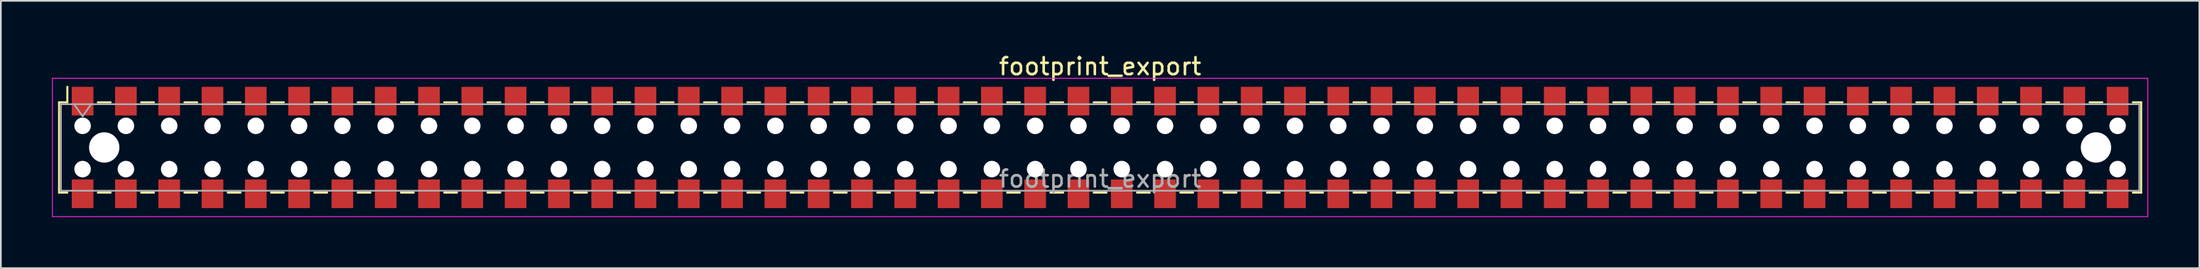
<source format=kicad_pcb>
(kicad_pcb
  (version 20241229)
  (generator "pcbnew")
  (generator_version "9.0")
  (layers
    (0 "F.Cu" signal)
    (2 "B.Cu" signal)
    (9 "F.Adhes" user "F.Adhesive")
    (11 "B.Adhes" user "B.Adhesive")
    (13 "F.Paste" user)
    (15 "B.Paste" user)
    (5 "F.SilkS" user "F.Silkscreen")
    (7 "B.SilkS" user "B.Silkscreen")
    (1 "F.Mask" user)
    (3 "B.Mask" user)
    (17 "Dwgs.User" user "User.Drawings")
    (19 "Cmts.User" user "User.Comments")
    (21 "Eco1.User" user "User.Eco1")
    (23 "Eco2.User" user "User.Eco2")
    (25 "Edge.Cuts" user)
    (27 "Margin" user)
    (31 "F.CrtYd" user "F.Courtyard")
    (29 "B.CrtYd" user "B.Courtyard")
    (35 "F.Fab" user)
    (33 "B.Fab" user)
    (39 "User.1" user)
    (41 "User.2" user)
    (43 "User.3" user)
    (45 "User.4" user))
  (footprint "footprint_export"
    (layer "F.Cu")
    (at 61.485 5.608)
    (property "Reference" "footprint_export" (at 0 -4.76 0) (layer "F.SilkS") (effects (font (size 1 1) (thickness 0.15))))
    (attr smd)
    (fp_line (start -61.07 -2.65) (end -61.07 2.65) (stroke (width 0.12) (type solid)) (layer "F.SilkS"))
    (fp_line (start -61.07 2.65) (end -60.585 2.65) (stroke (width 0.12) (type solid)) (layer "F.SilkS"))
    (fp_line (start -60.585 -3.56) (end -60.585 -2.65) (stroke (width 0.12) (type solid)) (layer "F.SilkS"))
    (fp_line (start -60.585 -2.65) (end -61.07 -2.65) (stroke (width 0.12) (type solid)) (layer "F.SilkS"))
    (fp_line (start -58.795 -2.65) (end -58.045 -2.65) (stroke (width 0.12) (type solid)) (layer "F.SilkS"))
    (fp_line (start -58.795 2.65) (end -58.045 2.65) (stroke (width 0.12) (type solid)) (layer "F.SilkS"))
    (fp_line (start -56.255 -2.65) (end -55.505 -2.65) (stroke (width 0.12) (type solid)) (layer "F.SilkS"))
    (fp_line (start -56.255 2.65) (end -55.505 2.65) (stroke (width 0.12) (type solid)) (layer "F.SilkS"))
    (fp_line (start -53.715 -2.65) (end -52.965 -2.65) (stroke (width 0.12) (type solid)) (layer "F.SilkS"))
    (fp_line (start -53.715 2.65) (end -52.965 2.65) (stroke (width 0.12) (type solid)) (layer "F.SilkS"))
    (fp_line (start -51.175 -2.65) (end -50.425 -2.65) (stroke (width 0.12) (type solid)) (layer "F.SilkS"))
    (fp_line (start -51.175 2.65) (end -50.425 2.65) (stroke (width 0.12) (type solid)) (layer "F.SilkS"))
    (fp_line (start -48.635 -2.65) (end -47.885 -2.65) (stroke (width 0.12) (type solid)) (layer "F.SilkS"))
    (fp_line (start -48.635 2.65) (end -47.885 2.65) (stroke (width 0.12) (type solid)) (layer "F.SilkS"))
    (fp_line (start -46.095 -2.65) (end -45.345 -2.65) (stroke (width 0.12) (type solid)) (layer "F.SilkS"))
    (fp_line (start -46.095 2.65) (end -45.345 2.65) (stroke (width 0.12) (type solid)) (layer "F.SilkS"))
    (fp_line (start -43.555 -2.65) (end -42.805 -2.65) (stroke (width 0.12) (type solid)) (layer "F.SilkS"))
    (fp_line (start -43.555 2.65) (end -42.805 2.65) (stroke (width 0.12) (type solid)) (layer "F.SilkS"))
    (fp_line (start -41.015 -2.65) (end -40.265 -2.65) (stroke (width 0.12) (type solid)) (layer "F.SilkS"))
    (fp_line (start -41.015 2.65) (end -40.265 2.65) (stroke (width 0.12) (type solid)) (layer "F.SilkS"))
    (fp_line (start -38.475 -2.65) (end -37.725 -2.65) (stroke (width 0.12) (type solid)) (layer "F.SilkS"))
    (fp_line (start -38.475 2.65) (end -37.725 2.65) (stroke (width 0.12) (type solid)) (layer "F.SilkS"))
    (fp_line (start -35.935 -2.65) (end -35.185 -2.65) (stroke (width 0.12) (type solid)) (layer "F.SilkS"))
    (fp_line (start -35.935 2.65) (end -35.185 2.65) (stroke (width 0.12) (type solid)) (layer "F.SilkS"))
    (fp_line (start -33.395 -2.65) (end -32.645 -2.65) (stroke (width 0.12) (type solid)) (layer "F.SilkS"))
    (fp_line (start -33.395 2.65) (end -32.645 2.65) (stroke (width 0.12) (type solid)) (layer "F.SilkS"))
    (fp_line (start -30.855 -2.65) (end -30.105 -2.65) (stroke (width 0.12) (type solid)) (layer "F.SilkS"))
    (fp_line (start -30.855 2.65) (end -30.105 2.65) (stroke (width 0.12) (type solid)) (layer "F.SilkS"))
    (fp_line (start -28.315 -2.65) (end -27.565 -2.65) (stroke (width 0.12) (type solid)) (layer "F.SilkS"))
    (fp_line (start -28.315 2.65) (end -27.565 2.65) (stroke (width 0.12) (type solid)) (layer "F.SilkS"))
    (fp_line (start -25.775 -2.65) (end -25.025 -2.65) (stroke (width 0.12) (type solid)) (layer "F.SilkS"))
    (fp_line (start -25.775 2.65) (end -25.025 2.65) (stroke (width 0.12) (type solid)) (layer "F.SilkS"))
    (fp_line (start -23.235 -2.65) (end -22.485 -2.65) (stroke (width 0.12) (type solid)) (layer "F.SilkS"))
    (fp_line (start -23.235 2.65) (end -22.485 2.65) (stroke (width 0.12) (type solid)) (layer "F.SilkS"))
    (fp_line (start -20.695 -2.65) (end -19.945 -2.65) (stroke (width 0.12) (type solid)) (layer "F.SilkS"))
    (fp_line (start -20.695 2.65) (end -19.945 2.65) (stroke (width 0.12) (type solid)) (layer "F.SilkS"))
    (fp_line (start -18.155 -2.65) (end -17.405 -2.65) (stroke (width 0.12) (type solid)) (layer "F.SilkS"))
    (fp_line (start -18.155 2.65) (end -17.405 2.65) (stroke (width 0.12) (type solid)) (layer "F.SilkS"))
    (fp_line (start -15.615 -2.65) (end -14.865 -2.65) (stroke (width 0.12) (type solid)) (layer "F.SilkS"))
    (fp_line (start -15.615 2.65) (end -14.865 2.65) (stroke (width 0.12) (type solid)) (layer "F.SilkS"))
    (fp_line (start -13.075 -2.65) (end -12.325 -2.65) (stroke (width 0.12) (type solid)) (layer "F.SilkS"))
    (fp_line (start -13.075 2.65) (end -12.325 2.65) (stroke (width 0.12) (type solid)) (layer "F.SilkS"))
    (fp_line (start -10.535 -2.65) (end -9.785 -2.65) (stroke (width 0.12) (type solid)) (layer "F.SilkS"))
    (fp_line (start -10.535 2.65) (end -9.785 2.65) (stroke (width 0.12) (type solid)) (layer "F.SilkS"))
    (fp_line (start -7.995 -2.65) (end -7.245 -2.65) (stroke (width 0.12) (type solid)) (layer "F.SilkS"))
    (fp_line (start -7.995 2.65) (end -7.245 2.65) (stroke (width 0.12) (type solid)) (layer "F.SilkS"))
    (fp_line (start -5.455 -2.65) (end -4.705 -2.65) (stroke (width 0.12) (type solid)) (layer "F.SilkS"))
    (fp_line (start -5.455 2.65) (end -4.705 2.65) (stroke (width 0.12) (type solid)) (layer "F.SilkS"))
    (fp_line (start -2.915 -2.65) (end -2.165 -2.65) (stroke (width 0.12) (type solid)) (layer "F.SilkS"))
    (fp_line (start -2.915 2.65) (end -2.165 2.65) (stroke (width 0.12) (type solid)) (layer "F.SilkS"))
    (fp_line (start -0.375 -2.65) (end 0.375 -2.65) (stroke (width 0.12) (type solid)) (layer "F.SilkS"))
    (fp_line (start -0.375 2.65) (end 0.375 2.65) (stroke (width 0.12) (type solid)) (layer "F.SilkS"))
    (fp_line (start 2.165 -2.65) (end 2.915 -2.65) (stroke (width 0.12) (type solid)) (layer "F.SilkS"))
    (fp_line (start 2.165 2.65) (end 2.915 2.65) (stroke (width 0.12) (type solid)) (layer "F.SilkS"))
    (fp_line (start 4.705 -2.65) (end 5.455 -2.65) (stroke (width 0.12) (type solid)) (layer "F.SilkS"))
    (fp_line (start 4.705 2.65) (end 5.455 2.65) (stroke (width 0.12) (type solid)) (layer "F.SilkS"))
    (fp_line (start 7.245 -2.65) (end 7.995 -2.65) (stroke (width 0.12) (type solid)) (layer "F.SilkS"))
    (fp_line (start 7.245 2.65) (end 7.995 2.65) (stroke (width 0.12) (type solid)) (layer "F.SilkS"))
    (fp_line (start 9.785 -2.65) (end 10.535 -2.65) (stroke (width 0.12) (type solid)) (layer "F.SilkS"))
    (fp_line (start 9.785 2.65) (end 10.535 2.65) (stroke (width 0.12) (type solid)) (layer "F.SilkS"))
    (fp_line (start 12.325 -2.65) (end 13.075 -2.65) (stroke (width 0.12) (type solid)) (layer "F.SilkS"))
    (fp_line (start 12.325 2.65) (end 13.075 2.65) (stroke (width 0.12) (type solid)) (layer "F.SilkS"))
    (fp_line (start 14.865 -2.65) (end 15.615 -2.65) (stroke (width 0.12) (type solid)) (layer "F.SilkS"))
    (fp_line (start 14.865 2.65) (end 15.615 2.65) (stroke (width 0.12) (type solid)) (layer "F.SilkS"))
    (fp_line (start 17.405 -2.65) (end 18.155 -2.65) (stroke (width 0.12) (type solid)) (layer "F.SilkS"))
    (fp_line (start 17.405 2.65) (end 18.155 2.65) (stroke (width 0.12) (type solid)) (layer "F.SilkS"))
    (fp_line (start 19.945 -2.65) (end 20.695 -2.65) (stroke (width 0.12) (type solid)) (layer "F.SilkS"))
    (fp_line (start 19.945 2.65) (end 20.695 2.65) (stroke (width 0.12) (type solid)) (layer "F.SilkS"))
    (fp_line (start 22.485 -2.65) (end 23.235 -2.65) (stroke (width 0.12) (type solid)) (layer "F.SilkS"))
    (fp_line (start 22.485 2.65) (end 23.235 2.65) (stroke (width 0.12) (type solid)) (layer "F.SilkS"))
    (fp_line (start 25.025 -2.65) (end 25.775 -2.65) (stroke (width 0.12) (type solid)) (layer "F.SilkS"))
    (fp_line (start 25.025 2.65) (end 25.775 2.65) (stroke (width 0.12) (type solid)) (layer "F.SilkS"))
    (fp_line (start 27.565 -2.65) (end 28.315 -2.65) (stroke (width 0.12) (type solid)) (layer "F.SilkS"))
    (fp_line (start 27.565 2.65) (end 28.315 2.65) (stroke (width 0.12) (type solid)) (layer "F.SilkS"))
    (fp_line (start 30.105 -2.65) (end 30.855 -2.65) (stroke (width 0.12) (type solid)) (layer "F.SilkS"))
    (fp_line (start 30.105 2.65) (end 30.855 2.65) (stroke (width 0.12) (type solid)) (layer "F.SilkS"))
    (fp_line (start 32.645 -2.65) (end 33.395 -2.65) (stroke (width 0.12) (type solid)) (layer "F.SilkS"))
    (fp_line (start 32.645 2.65) (end 33.395 2.65) (stroke (width 0.12) (type solid)) (layer "F.SilkS"))
    (fp_line (start 35.185 -2.65) (end 35.935 -2.65) (stroke (width 0.12) (type solid)) (layer "F.SilkS"))
    (fp_line (start 35.185 2.65) (end 35.935 2.65) (stroke (width 0.12) (type solid)) (layer "F.SilkS"))
    (fp_line (start 37.725 -2.65) (end 38.475 -2.65) (stroke (width 0.12) (type solid)) (layer "F.SilkS"))
    (fp_line (start 37.725 2.65) (end 38.475 2.65) (stroke (width 0.12) (type solid)) (layer "F.SilkS"))
    (fp_line (start 40.265 -2.65) (end 41.015 -2.65) (stroke (width 0.12) (type solid)) (layer "F.SilkS"))
    (fp_line (start 40.265 2.65) (end 41.015 2.65) (stroke (width 0.12) (type solid)) (layer "F.SilkS"))
    (fp_line (start 42.805 -2.65) (end 43.555 -2.65) (stroke (width 0.12) (type solid)) (layer "F.SilkS"))
    (fp_line (start 42.805 2.65) (end 43.555 2.65) (stroke (width 0.12) (type solid)) (layer "F.SilkS"))
    (fp_line (start 45.345 -2.65) (end 46.095 -2.65) (stroke (width 0.12) (type solid)) (layer "F.SilkS"))
    (fp_line (start 45.345 2.65) (end 46.095 2.65) (stroke (width 0.12) (type solid)) (layer "F.SilkS"))
    (fp_line (start 47.885 -2.65) (end 48.635 -2.65) (stroke (width 0.12) (type solid)) (layer "F.SilkS"))
    (fp_line (start 47.885 2.65) (end 48.635 2.65) (stroke (width 0.12) (type solid)) (layer "F.SilkS"))
    (fp_line (start 50.425 -2.65) (end 51.175 -2.65) (stroke (width 0.12) (type solid)) (layer "F.SilkS"))
    (fp_line (start 50.425 2.65) (end 51.175 2.65) (stroke (width 0.12) (type solid)) (layer "F.SilkS"))
    (fp_line (start 52.965 -2.65) (end 53.715 -2.65) (stroke (width 0.12) (type solid)) (layer "F.SilkS"))
    (fp_line (start 52.965 2.65) (end 53.715 2.65) (stroke (width 0.12) (type solid)) (layer "F.SilkS"))
    (fp_line (start 55.505 -2.65) (end 56.255 -2.65) (stroke (width 0.12) (type solid)) (layer "F.SilkS"))
    (fp_line (start 55.505 2.65) (end 56.255 2.65) (stroke (width 0.12) (type solid)) (layer "F.SilkS"))
    (fp_line (start 58.045 -2.65) (end 58.795 -2.65) (stroke (width 0.12) (type solid)) (layer "F.SilkS"))
    (fp_line (start 58.045 2.65) (end 58.795 2.65) (stroke (width 0.12) (type solid)) (layer "F.SilkS"))
    (fp_line (start 60.585 -2.65) (end 61.07 -2.65) (stroke (width 0.12) (type solid)) (layer "F.SilkS"))
    (fp_line (start 61.07 -2.65) (end 61.07 2.65) (stroke (width 0.12) (type solid)) (layer "F.SilkS"))
    (fp_line (start 61.07 2.65) (end 60.585 2.65) (stroke (width 0.12) (type solid)) (layer "F.SilkS"))
    (fp_line (start -61.46 -4.06) (end 61.46 -4.06) (stroke (width 0.05) (type solid)) (layer "F.CrtYd"))
    (fp_line (start -61.46 4.06) (end -61.46 -4.06) (stroke (width 0.05) (type solid)) (layer "F.CrtYd"))
    (fp_line (start 61.46 -4.06) (end 61.46 4.06) (stroke (width 0.05) (type solid)) (layer "F.CrtYd"))
    (fp_line (start 61.46 4.06) (end -61.46 4.06) (stroke (width 0.05) (type solid)) (layer "F.CrtYd"))
    (fp_line (start -60.96 -2.54) (end 60.96 -2.54) (stroke (width 0.1) (type solid)) (layer "F.Fab"))
    (fp_line (start -60.96 2.54) (end -60.96 -2.54) (stroke (width 0.1) (type solid)) (layer "F.Fab"))
    (fp_line (start -60.19 -2.54) (end -59.69 -1.833) (stroke (width 0.1) (type solid)) (layer "F.Fab"))
    (fp_line (start -59.69 -1.833) (end -59.19 -2.54) (stroke (width 0.1) (type solid)) (layer "F.Fab"))
    (fp_line (start 60.96 -2.54) (end 60.96 2.54) (stroke (width 0.1) (type solid)) (layer "F.Fab"))
    (fp_line (start 60.96 2.54) (end -60.96 2.54) (stroke (width 0.1) (type solid)) (layer "F.Fab"))
    (fp_text user "${REFERENCE}" (at 0 1.84 0) (layer "F.Fab") (effects (font (size 1 1) (thickness 0.15))))
    (pad "" np_thru_hole circle (at -59.69 -1.27) (size 0.97 0.97) (drill 0.97) (layers "*.Cu" "*.Mask"))
    (pad "" np_thru_hole circle (at -59.69 1.27) (size 0.97 0.97) (drill 0.97) (layers "*.Cu" "*.Mask"))
    (pad "" np_thru_hole circle (at -58.42 0) (size 1.78 1.78) (drill 1.78) (layers "*.Cu" "*.Mask"))
    (pad "" np_thru_hole circle (at -57.15 -1.27) (size 0.97 0.97) (drill 0.97) (layers "*.Cu" "*.Mask"))
    (pad "" np_thru_hole circle (at -57.15 1.27) (size 0.97 0.97) (drill 0.97) (layers "*.Cu" "*.Mask"))
    (pad "" np_thru_hole circle (at -54.61 -1.27) (size 0.97 0.97) (drill 0.97) (layers "*.Cu" "*.Mask"))
    (pad "" np_thru_hole circle (at -54.61 1.27) (size 0.97 0.97) (drill 0.97) (layers "*.Cu" "*.Mask"))
    (pad "" np_thru_hole circle (at -52.07 -1.27) (size 0.97 0.97) (drill 0.97) (layers "*.Cu" "*.Mask"))
    (pad "" np_thru_hole circle (at -52.07 1.27) (size 0.97 0.97) (drill 0.97) (layers "*.Cu" "*.Mask"))
    (pad "" np_thru_hole circle (at -49.53 -1.27) (size 0.97 0.97) (drill 0.97) (layers "*.Cu" "*.Mask"))
    (pad "" np_thru_hole circle (at -49.53 1.27) (size 0.97 0.97) (drill 0.97) (layers "*.Cu" "*.Mask"))
    (pad "" np_thru_hole circle (at -46.99 -1.27) (size 0.97 0.97) (drill 0.97) (layers "*.Cu" "*.Mask"))
    (pad "" np_thru_hole circle (at -46.99 1.27) (size 0.97 0.97) (drill 0.97) (layers "*.Cu" "*.Mask"))
    (pad "" np_thru_hole circle (at -44.45 -1.27) (size 0.97 0.97) (drill 0.97) (layers "*.Cu" "*.Mask"))
    (pad "" np_thru_hole circle (at -44.45 1.27) (size 0.97 0.97) (drill 0.97) (layers "*.Cu" "*.Mask"))
    (pad "" np_thru_hole circle (at -41.91 -1.27) (size 0.97 0.97) (drill 0.97) (layers "*.Cu" "*.Mask"))
    (pad "" np_thru_hole circle (at -41.91 1.27) (size 0.97 0.97) (drill 0.97) (layers "*.Cu" "*.Mask"))
    (pad "" np_thru_hole circle (at -39.37 -1.27) (size 0.97 0.97) (drill 0.97) (layers "*.Cu" "*.Mask"))
    (pad "" np_thru_hole circle (at -39.37 1.27) (size 0.97 0.97) (drill 0.97) (layers "*.Cu" "*.Mask"))
    (pad "" np_thru_hole circle (at -36.83 -1.27) (size 0.97 0.97) (drill 0.97) (layers "*.Cu" "*.Mask"))
    (pad "" np_thru_hole circle (at -36.83 1.27) (size 0.97 0.97) (drill 0.97) (layers "*.Cu" "*.Mask"))
    (pad "" np_thru_hole circle (at -34.29 -1.27) (size 0.97 0.97) (drill 0.97) (layers "*.Cu" "*.Mask"))
    (pad "" np_thru_hole circle (at -34.29 1.27) (size 0.97 0.97) (drill 0.97) (layers "*.Cu" "*.Mask"))
    (pad "" np_thru_hole circle (at -31.75 -1.27) (size 0.97 0.97) (drill 0.97) (layers "*.Cu" "*.Mask"))
    (pad "" np_thru_hole circle (at -31.75 1.27) (size 0.97 0.97) (drill 0.97) (layers "*.Cu" "*.Mask"))
    (pad "" np_thru_hole circle (at -29.21 -1.27) (size 0.97 0.97) (drill 0.97) (layers "*.Cu" "*.Mask"))
    (pad "" np_thru_hole circle (at -29.21 1.27) (size 0.97 0.97) (drill 0.97) (layers "*.Cu" "*.Mask"))
    (pad "" np_thru_hole circle (at -26.67 -1.27) (size 0.97 0.97) (drill 0.97) (layers "*.Cu" "*.Mask"))
    (pad "" np_thru_hole circle (at -26.67 1.27) (size 0.97 0.97) (drill 0.97) (layers "*.Cu" "*.Mask"))
    (pad "" np_thru_hole circle (at -24.13 -1.27) (size 0.97 0.97) (drill 0.97) (layers "*.Cu" "*.Mask"))
    (pad "" np_thru_hole circle (at -24.13 1.27) (size 0.97 0.97) (drill 0.97) (layers "*.Cu" "*.Mask"))
    (pad "" np_thru_hole circle (at -21.59 -1.27) (size 0.97 0.97) (drill 0.97) (layers "*.Cu" "*.Mask"))
    (pad "" np_thru_hole circle (at -21.59 1.27) (size 0.97 0.97) (drill 0.97) (layers "*.Cu" "*.Mask"))
    (pad "" np_thru_hole circle (at -19.05 -1.27) (size 0.97 0.97) (drill 0.97) (layers "*.Cu" "*.Mask"))
    (pad "" np_thru_hole circle (at -19.05 1.27) (size 0.97 0.97) (drill 0.97) (layers "*.Cu" "*.Mask"))
    (pad "" np_thru_hole circle (at -16.51 -1.27) (size 0.97 0.97) (drill 0.97) (layers "*.Cu" "*.Mask"))
    (pad "" np_thru_hole circle (at -16.51 1.27) (size 0.97 0.97) (drill 0.97) (layers "*.Cu" "*.Mask"))
    (pad "" np_thru_hole circle (at -13.97 -1.27) (size 0.97 0.97) (drill 0.97) (layers "*.Cu" "*.Mask"))
    (pad "" np_thru_hole circle (at -13.97 1.27) (size 0.97 0.97) (drill 0.97) (layers "*.Cu" "*.Mask"))
    (pad "" np_thru_hole circle (at -11.43 -1.27) (size 0.97 0.97) (drill 0.97) (layers "*.Cu" "*.Mask"))
    (pad "" np_thru_hole circle (at -11.43 1.27) (size 0.97 0.97) (drill 0.97) (layers "*.Cu" "*.Mask"))
    (pad "" np_thru_hole circle (at -8.89 -1.27) (size 0.97 0.97) (drill 0.97) (layers "*.Cu" "*.Mask"))
    (pad "" np_thru_hole circle (at -8.89 1.27) (size 0.97 0.97) (drill 0.97) (layers "*.Cu" "*.Mask"))
    (pad "" np_thru_hole circle (at -6.35 -1.27) (size 0.97 0.97) (drill 0.97) (layers "*.Cu" "*.Mask"))
    (pad "" np_thru_hole circle (at -6.35 1.27) (size 0.97 0.97) (drill 0.97) (layers "*.Cu" "*.Mask"))
    (pad "" np_thru_hole circle (at -3.81 -1.27) (size 0.97 0.97) (drill 0.97) (layers "*.Cu" "*.Mask"))
    (pad "" np_thru_hole circle (at -3.81 1.27) (size 0.97 0.97) (drill 0.97) (layers "*.Cu" "*.Mask"))
    (pad "" np_thru_hole circle (at -1.27 -1.27) (size 0.97 0.97) (drill 0.97) (layers "*.Cu" "*.Mask"))
    (pad "" np_thru_hole circle (at -1.27 1.27) (size 0.97 0.97) (drill 0.97) (layers "*.Cu" "*.Mask"))
    (pad "" np_thru_hole circle (at 1.27 -1.27) (size 0.97 0.97) (drill 0.97) (layers "*.Cu" "*.Mask"))
    (pad "" np_thru_hole circle (at 1.27 1.27) (size 0.97 0.97) (drill 0.97) (layers "*.Cu" "*.Mask"))
    (pad "" np_thru_hole circle (at 3.81 -1.27) (size 0.97 0.97) (drill 0.97) (layers "*.Cu" "*.Mask"))
    (pad "" np_thru_hole circle (at 3.81 1.27) (size 0.97 0.97) (drill 0.97) (layers "*.Cu" "*.Mask"))
    (pad "" np_thru_hole circle (at 6.35 -1.27) (size 0.97 0.97) (drill 0.97) (layers "*.Cu" "*.Mask"))
    (pad "" np_thru_hole circle (at 6.35 1.27) (size 0.97 0.97) (drill 0.97) (layers "*.Cu" "*.Mask"))
    (pad "" np_thru_hole circle (at 8.89 -1.27) (size 0.97 0.97) (drill 0.97) (layers "*.Cu" "*.Mask"))
    (pad "" np_thru_hole circle (at 8.89 1.27) (size 0.97 0.97) (drill 0.97) (layers "*.Cu" "*.Mask"))
    (pad "" np_thru_hole circle (at 11.43 -1.27) (size 0.97 0.97) (drill 0.97) (layers "*.Cu" "*.Mask"))
    (pad "" np_thru_hole circle (at 11.43 1.27) (size 0.97 0.97) (drill 0.97) (layers "*.Cu" "*.Mask"))
    (pad "" np_thru_hole circle (at 13.97 -1.27) (size 0.97 0.97) (drill 0.97) (layers "*.Cu" "*.Mask"))
    (pad "" np_thru_hole circle (at 13.97 1.27) (size 0.97 0.97) (drill 0.97) (layers "*.Cu" "*.Mask"))
    (pad "" np_thru_hole circle (at 16.51 -1.27) (size 0.97 0.97) (drill 0.97) (layers "*.Cu" "*.Mask"))
    (pad "" np_thru_hole circle (at 16.51 1.27) (size 0.97 0.97) (drill 0.97) (layers "*.Cu" "*.Mask"))
    (pad "" np_thru_hole circle (at 19.05 -1.27) (size 0.97 0.97) (drill 0.97) (layers "*.Cu" "*.Mask"))
    (pad "" np_thru_hole circle (at 19.05 1.27) (size 0.97 0.97) (drill 0.97) (layers "*.Cu" "*.Mask"))
    (pad "" np_thru_hole circle (at 21.59 -1.27) (size 0.97 0.97) (drill 0.97) (layers "*.Cu" "*.Mask"))
    (pad "" np_thru_hole circle (at 21.59 1.27) (size 0.97 0.97) (drill 0.97) (layers "*.Cu" "*.Mask"))
    (pad "" np_thru_hole circle (at 24.13 -1.27) (size 0.97 0.97) (drill 0.97) (layers "*.Cu" "*.Mask"))
    (pad "" np_thru_hole circle (at 24.13 1.27) (size 0.97 0.97) (drill 0.97) (layers "*.Cu" "*.Mask"))
    (pad "" np_thru_hole circle (at 26.67 -1.27) (size 0.97 0.97) (drill 0.97) (layers "*.Cu" "*.Mask"))
    (pad "" np_thru_hole circle (at 26.67 1.27) (size 0.97 0.97) (drill 0.97) (layers "*.Cu" "*.Mask"))
    (pad "" np_thru_hole circle (at 29.21 -1.27) (size 0.97 0.97) (drill 0.97) (layers "*.Cu" "*.Mask"))
    (pad "" np_thru_hole circle (at 29.21 1.27) (size 0.97 0.97) (drill 0.97) (layers "*.Cu" "*.Mask"))
    (pad "" np_thru_hole circle (at 31.75 -1.27) (size 0.97 0.97) (drill 0.97) (layers "*.Cu" "*.Mask"))
    (pad "" np_thru_hole circle (at 31.75 1.27) (size 0.97 0.97) (drill 0.97) (layers "*.Cu" "*.Mask"))
    (pad "" np_thru_hole circle (at 34.29 -1.27) (size 0.97 0.97) (drill 0.97) (layers "*.Cu" "*.Mask"))
    (pad "" np_thru_hole circle (at 34.29 1.27) (size 0.97 0.97) (drill 0.97) (layers "*.Cu" "*.Mask"))
    (pad "" np_thru_hole circle (at 36.83 -1.27) (size 0.97 0.97) (drill 0.97) (layers "*.Cu" "*.Mask"))
    (pad "" np_thru_hole circle (at 36.83 1.27) (size 0.97 0.97) (drill 0.97) (layers "*.Cu" "*.Mask"))
    (pad "" np_thru_hole circle (at 39.37 -1.27) (size 0.97 0.97) (drill 0.97) (layers "*.Cu" "*.Mask"))
    (pad "" np_thru_hole circle (at 39.37 1.27) (size 0.97 0.97) (drill 0.97) (layers "*.Cu" "*.Mask"))
    (pad "" np_thru_hole circle (at 41.91 -1.27) (size 0.97 0.97) (drill 0.97) (layers "*.Cu" "*.Mask"))
    (pad "" np_thru_hole circle (at 41.91 1.27) (size 0.97 0.97) (drill 0.97) (layers "*.Cu" "*.Mask"))
    (pad "" np_thru_hole circle (at 44.45 -1.27) (size 0.97 0.97) (drill 0.97) (layers "*.Cu" "*.Mask"))
    (pad "" np_thru_hole circle (at 44.45 1.27) (size 0.97 0.97) (drill 0.97) (layers "*.Cu" "*.Mask"))
    (pad "" np_thru_hole circle (at 46.99 -1.27) (size 0.97 0.97) (drill 0.97) (layers "*.Cu" "*.Mask"))
    (pad "" np_thru_hole circle (at 46.99 1.27) (size 0.97 0.97) (drill 0.97) (layers "*.Cu" "*.Mask"))
    (pad "" np_thru_hole circle (at 49.53 -1.27) (size 0.97 0.97) (drill 0.97) (layers "*.Cu" "*.Mask"))
    (pad "" np_thru_hole circle (at 49.53 1.27) (size 0.97 0.97) (drill 0.97) (layers "*.Cu" "*.Mask"))
    (pad "" np_thru_hole circle (at 52.07 -1.27) (size 0.97 0.97) (drill 0.97) (layers "*.Cu" "*.Mask"))
    (pad "" np_thru_hole circle (at 52.07 1.27) (size 0.97 0.97) (drill 0.97) (layers "*.Cu" "*.Mask"))
    (pad "" np_thru_hole circle (at 54.61 -1.27) (size 0.97 0.97) (drill 0.97) (layers "*.Cu" "*.Mask"))
    (pad "" np_thru_hole circle (at 54.61 1.27) (size 0.97 0.97) (drill 0.97) (layers "*.Cu" "*.Mask"))
    (pad "" np_thru_hole circle (at 57.15 -1.27) (size 0.97 0.97) (drill 0.97) (layers "*.Cu" "*.Mask"))
    (pad "" np_thru_hole circle (at 57.15 1.27) (size 0.97 0.97) (drill 0.97) (layers "*.Cu" "*.Mask"))
    (pad "" np_thru_hole circle (at 58.42 0) (size 1.78 1.78) (drill 1.78) (layers "*.Cu" "*.Mask"))
    (pad "" np_thru_hole circle (at 59.69 -1.27) (size 0.97 0.97) (drill 0.97) (layers "*.Cu" "*.Mask"))
    (pad "" np_thru_hole circle (at 59.69 1.27) (size 0.97 0.97) (drill 0.97) (layers "*.Cu" "*.Mask"))
    (pad "1" smd rect (at -59.69 -2.72) (size 1.27 1.68) (layers "F.Cu" "F.Mask" "F.Paste"))
    (pad "2" smd rect (at -59.69 2.72) (size 1.27 1.68) (layers "F.Cu" "F.Mask" "F.Paste"))
    (pad "3" smd rect (at -57.15 -2.72) (size 1.27 1.68) (layers "F.Cu" "F.Mask" "F.Paste"))
    (pad "4" smd rect (at -57.15 2.72) (size 1.27 1.68) (layers "F.Cu" "F.Mask" "F.Paste"))
    (pad "5" smd rect (at -54.61 -2.72) (size 1.27 1.68) (layers "F.Cu" "F.Mask" "F.Paste"))
    (pad "6" smd rect (at -54.61 2.72) (size 1.27 1.68) (layers "F.Cu" "F.Mask" "F.Paste"))
    (pad "7" smd rect (at -52.07 -2.72) (size 1.27 1.68) (layers "F.Cu" "F.Mask" "F.Paste"))
    (pad "8" smd rect (at -52.07 2.72) (size 1.27 1.68) (layers "F.Cu" "F.Mask" "F.Paste"))
    (pad "9" smd rect (at -49.53 -2.72) (size 1.27 1.68) (layers "F.Cu" "F.Mask" "F.Paste"))
    (pad "10" smd rect (at -49.53 2.72) (size 1.27 1.68) (layers "F.Cu" "F.Mask" "F.Paste"))
    (pad "11" smd rect (at -46.99 -2.72) (size 1.27 1.68) (layers "F.Cu" "F.Mask" "F.Paste"))
    (pad "12" smd rect (at -46.99 2.72) (size 1.27 1.68) (layers "F.Cu" "F.Mask" "F.Paste"))
    (pad "13" smd rect (at -44.45 -2.72) (size 1.27 1.68) (layers "F.Cu" "F.Mask" "F.Paste"))
    (pad "14" smd rect (at -44.45 2.72) (size 1.27 1.68) (layers "F.Cu" "F.Mask" "F.Paste"))
    (pad "15" smd rect (at -41.91 -2.72) (size 1.27 1.68) (layers "F.Cu" "F.Mask" "F.Paste"))
    (pad "16" smd rect (at -41.91 2.72) (size 1.27 1.68) (layers "F.Cu" "F.Mask" "F.Paste"))
    (pad "17" smd rect (at -39.37 -2.72) (size 1.27 1.68) (layers "F.Cu" "F.Mask" "F.Paste"))
    (pad "18" smd rect (at -39.37 2.72) (size 1.27 1.68) (layers "F.Cu" "F.Mask" "F.Paste"))
    (pad "19" smd rect (at -36.83 -2.72) (size 1.27 1.68) (layers "F.Cu" "F.Mask" "F.Paste"))
    (pad "20" smd rect (at -36.83 2.72) (size 1.27 1.68) (layers "F.Cu" "F.Mask" "F.Paste"))
    (pad "21" smd rect (at -34.29 -2.72) (size 1.27 1.68) (layers "F.Cu" "F.Mask" "F.Paste"))
    (pad "22" smd rect (at -34.29 2.72) (size 1.27 1.68) (layers "F.Cu" "F.Mask" "F.Paste"))
    (pad "23" smd rect (at -31.75 -2.72) (size 1.27 1.68) (layers "F.Cu" "F.Mask" "F.Paste"))
    (pad "24" smd rect (at -31.75 2.72) (size 1.27 1.68) (layers "F.Cu" "F.Mask" "F.Paste"))
    (pad "25" smd rect (at -29.21 -2.72) (size 1.27 1.68) (layers "F.Cu" "F.Mask" "F.Paste"))
    (pad "26" smd rect (at -29.21 2.72) (size 1.27 1.68) (layers "F.Cu" "F.Mask" "F.Paste"))
    (pad "27" smd rect (at -26.67 -2.72) (size 1.27 1.68) (layers "F.Cu" "F.Mask" "F.Paste"))
    (pad "28" smd rect (at -26.67 2.72) (size 1.27 1.68) (layers "F.Cu" "F.Mask" "F.Paste"))
    (pad "29" smd rect (at -24.13 -2.72) (size 1.27 1.68) (layers "F.Cu" "F.Mask" "F.Paste"))
    (pad "30" smd rect (at -24.13 2.72) (size 1.27 1.68) (layers "F.Cu" "F.Mask" "F.Paste"))
    (pad "31" smd rect (at -21.59 -2.72) (size 1.27 1.68) (layers "F.Cu" "F.Mask" "F.Paste"))
    (pad "32" smd rect (at -21.59 2.72) (size 1.27 1.68) (layers "F.Cu" "F.Mask" "F.Paste"))
    (pad "33" smd rect (at -19.05 -2.72) (size 1.27 1.68) (layers "F.Cu" "F.Mask" "F.Paste"))
    (pad "34" smd rect (at -19.05 2.72) (size 1.27 1.68) (layers "F.Cu" "F.Mask" "F.Paste"))
    (pad "35" smd rect (at -16.51 -2.72) (size 1.27 1.68) (layers "F.Cu" "F.Mask" "F.Paste"))
    (pad "36" smd rect (at -16.51 2.72) (size 1.27 1.68) (layers "F.Cu" "F.Mask" "F.Paste"))
    (pad "37" smd rect (at -13.97 -2.72) (size 1.27 1.68) (layers "F.Cu" "F.Mask" "F.Paste"))
    (pad "38" smd rect (at -13.97 2.72) (size 1.27 1.68) (layers "F.Cu" "F.Mask" "F.Paste"))
    (pad "39" smd rect (at -11.43 -2.72) (size 1.27 1.68) (layers "F.Cu" "F.Mask" "F.Paste"))
    (pad "40" smd rect (at -11.43 2.72) (size 1.27 1.68) (layers "F.Cu" "F.Mask" "F.Paste"))
    (pad "41" smd rect (at -8.89 -2.72) (size 1.27 1.68) (layers "F.Cu" "F.Mask" "F.Paste"))
    (pad "42" smd rect (at -8.89 2.72) (size 1.27 1.68) (layers "F.Cu" "F.Mask" "F.Paste"))
    (pad "43" smd rect (at -6.35 -2.72) (size 1.27 1.68) (layers "F.Cu" "F.Mask" "F.Paste"))
    (pad "44" smd rect (at -6.35 2.72) (size 1.27 1.68) (layers "F.Cu" "F.Mask" "F.Paste"))
    (pad "45" smd rect (at -3.81 -2.72) (size 1.27 1.68) (layers "F.Cu" "F.Mask" "F.Paste"))
    (pad "46" smd rect (at -3.81 2.72) (size 1.27 1.68) (layers "F.Cu" "F.Mask" "F.Paste"))
    (pad "47" smd rect (at -1.27 -2.72) (size 1.27 1.68) (layers "F.Cu" "F.Mask" "F.Paste"))
    (pad "48" smd rect (at -1.27 2.72) (size 1.27 1.68) (layers "F.Cu" "F.Mask" "F.Paste"))
    (pad "49" smd rect (at 1.27 -2.72) (size 1.27 1.68) (layers "F.Cu" "F.Mask" "F.Paste"))
    (pad "50" smd rect (at 1.27 2.72) (size 1.27 1.68) (layers "F.Cu" "F.Mask" "F.Paste"))
    (pad "51" smd rect (at 3.81 -2.72) (size 1.27 1.68) (layers "F.Cu" "F.Mask" "F.Paste"))
    (pad "52" smd rect (at 3.81 2.72) (size 1.27 1.68) (layers "F.Cu" "F.Mask" "F.Paste"))
    (pad "53" smd rect (at 6.35 -2.72) (size 1.27 1.68) (layers "F.Cu" "F.Mask" "F.Paste"))
    (pad "54" smd rect (at 6.35 2.72) (size 1.27 1.68) (layers "F.Cu" "F.Mask" "F.Paste"))
    (pad "55" smd rect (at 8.89 -2.72) (size 1.27 1.68) (layers "F.Cu" "F.Mask" "F.Paste"))
    (pad "56" smd rect (at 8.89 2.72) (size 1.27 1.68) (layers "F.Cu" "F.Mask" "F.Paste"))
    (pad "57" smd rect (at 11.43 -2.72) (size 1.27 1.68) (layers "F.Cu" "F.Mask" "F.Paste"))
    (pad "58" smd rect (at 11.43 2.72) (size 1.27 1.68) (layers "F.Cu" "F.Mask" "F.Paste"))
    (pad "59" smd rect (at 13.97 -2.72) (size 1.27 1.68) (layers "F.Cu" "F.Mask" "F.Paste"))
    (pad "60" smd rect (at 13.97 2.72) (size 1.27 1.68) (layers "F.Cu" "F.Mask" "F.Paste"))
    (pad "61" smd rect (at 16.51 -2.72) (size 1.27 1.68) (layers "F.Cu" "F.Mask" "F.Paste"))
    (pad "62" smd rect (at 16.51 2.72) (size 1.27 1.68) (layers "F.Cu" "F.Mask" "F.Paste"))
    (pad "63" smd rect (at 19.05 -2.72) (size 1.27 1.68) (layers "F.Cu" "F.Mask" "F.Paste"))
    (pad "64" smd rect (at 19.05 2.72) (size 1.27 1.68) (layers "F.Cu" "F.Mask" "F.Paste"))
    (pad "65" smd rect (at 21.59 -2.72) (size 1.27 1.68) (layers "F.Cu" "F.Mask" "F.Paste"))
    (pad "66" smd rect (at 21.59 2.72) (size 1.27 1.68) (layers "F.Cu" "F.Mask" "F.Paste"))
    (pad "67" smd rect (at 24.13 -2.72) (size 1.27 1.68) (layers "F.Cu" "F.Mask" "F.Paste"))
    (pad "68" smd rect (at 24.13 2.72) (size 1.27 1.68) (layers "F.Cu" "F.Mask" "F.Paste"))
    (pad "69" smd rect (at 26.67 -2.72) (size 1.27 1.68) (layers "F.Cu" "F.Mask" "F.Paste"))
    (pad "70" smd rect (at 26.67 2.72) (size 1.27 1.68) (layers "F.Cu" "F.Mask" "F.Paste"))
    (pad "71" smd rect (at 29.21 -2.72) (size 1.27 1.68) (layers "F.Cu" "F.Mask" "F.Paste"))
    (pad "72" smd rect (at 29.21 2.72) (size 1.27 1.68) (layers "F.Cu" "F.Mask" "F.Paste"))
    (pad "73" smd rect (at 31.75 -2.72) (size 1.27 1.68) (layers "F.Cu" "F.Mask" "F.Paste"))
    (pad "74" smd rect (at 31.75 2.72) (size 1.27 1.68) (layers "F.Cu" "F.Mask" "F.Paste"))
    (pad "75" smd rect (at 34.29 -2.72) (size 1.27 1.68) (layers "F.Cu" "F.Mask" "F.Paste"))
    (pad "76" smd rect (at 34.29 2.72) (size 1.27 1.68) (layers "F.Cu" "F.Mask" "F.Paste"))
    (pad "77" smd rect (at 36.83 -2.72) (size 1.27 1.68) (layers "F.Cu" "F.Mask" "F.Paste"))
    (pad "78" smd rect (at 36.83 2.72) (size 1.27 1.68) (layers "F.Cu" "F.Mask" "F.Paste"))
    (pad "79" smd rect (at 39.37 -2.72) (size 1.27 1.68) (layers "F.Cu" "F.Mask" "F.Paste"))
    (pad "80" smd rect (at 39.37 2.72) (size 1.27 1.68) (layers "F.Cu" "F.Mask" "F.Paste"))
    (pad "81" smd rect (at 41.91 -2.72) (size 1.27 1.68) (layers "F.Cu" "F.Mask" "F.Paste"))
    (pad "82" smd rect (at 41.91 2.72) (size 1.27 1.68) (layers "F.Cu" "F.Mask" "F.Paste"))
    (pad "83" smd rect (at 44.45 -2.72) (size 1.27 1.68) (layers "F.Cu" "F.Mask" "F.Paste"))
    (pad "84" smd rect (at 44.45 2.72) (size 1.27 1.68) (layers "F.Cu" "F.Mask" "F.Paste"))
    (pad "85" smd rect (at 46.99 -2.72) (size 1.27 1.68) (layers "F.Cu" "F.Mask" "F.Paste"))
    (pad "86" smd rect (at 46.99 2.72) (size 1.27 1.68) (layers "F.Cu" "F.Mask" "F.Paste"))
    (pad "87" smd rect (at 49.53 -2.72) (size 1.27 1.68) (layers "F.Cu" "F.Mask" "F.Paste"))
    (pad "88" smd rect (at 49.53 2.72) (size 1.27 1.68) (layers "F.Cu" "F.Mask" "F.Paste"))
    (pad "89" smd rect (at 52.07 -2.72) (size 1.27 1.68) (layers "F.Cu" "F.Mask" "F.Paste"))
    (pad "90" smd rect (at 52.07 2.72) (size 1.27 1.68) (layers "F.Cu" "F.Mask" "F.Paste"))
    (pad "91" smd rect (at 54.61 -2.72) (size 1.27 1.68) (layers "F.Cu" "F.Mask" "F.Paste"))
    (pad "92" smd rect (at 54.61 2.72) (size 1.27 1.68) (layers "F.Cu" "F.Mask" "F.Paste"))
    (pad "93" smd rect (at 57.15 -2.72) (size 1.27 1.68) (layers "F.Cu" "F.Mask" "F.Paste"))
    (pad "94" smd rect (at 57.15 2.72) (size 1.27 1.68) (layers "F.Cu" "F.Mask" "F.Paste"))
    (pad "95" smd rect (at 59.69 -2.72) (size 1.27 1.68) (layers "F.Cu" "F.Mask" "F.Paste"))
    (pad "96" smd rect (at 59.69 2.72) (size 1.27 1.68) (layers "F.Cu" "F.Mask" "F.Paste")))
  (gr_rect
    (start -3 -3)
    (end 125.97 12.693)
    (stroke (width 0.1) (type default))
    (fill no)
    (layer "Edge.Cuts")))
</source>
